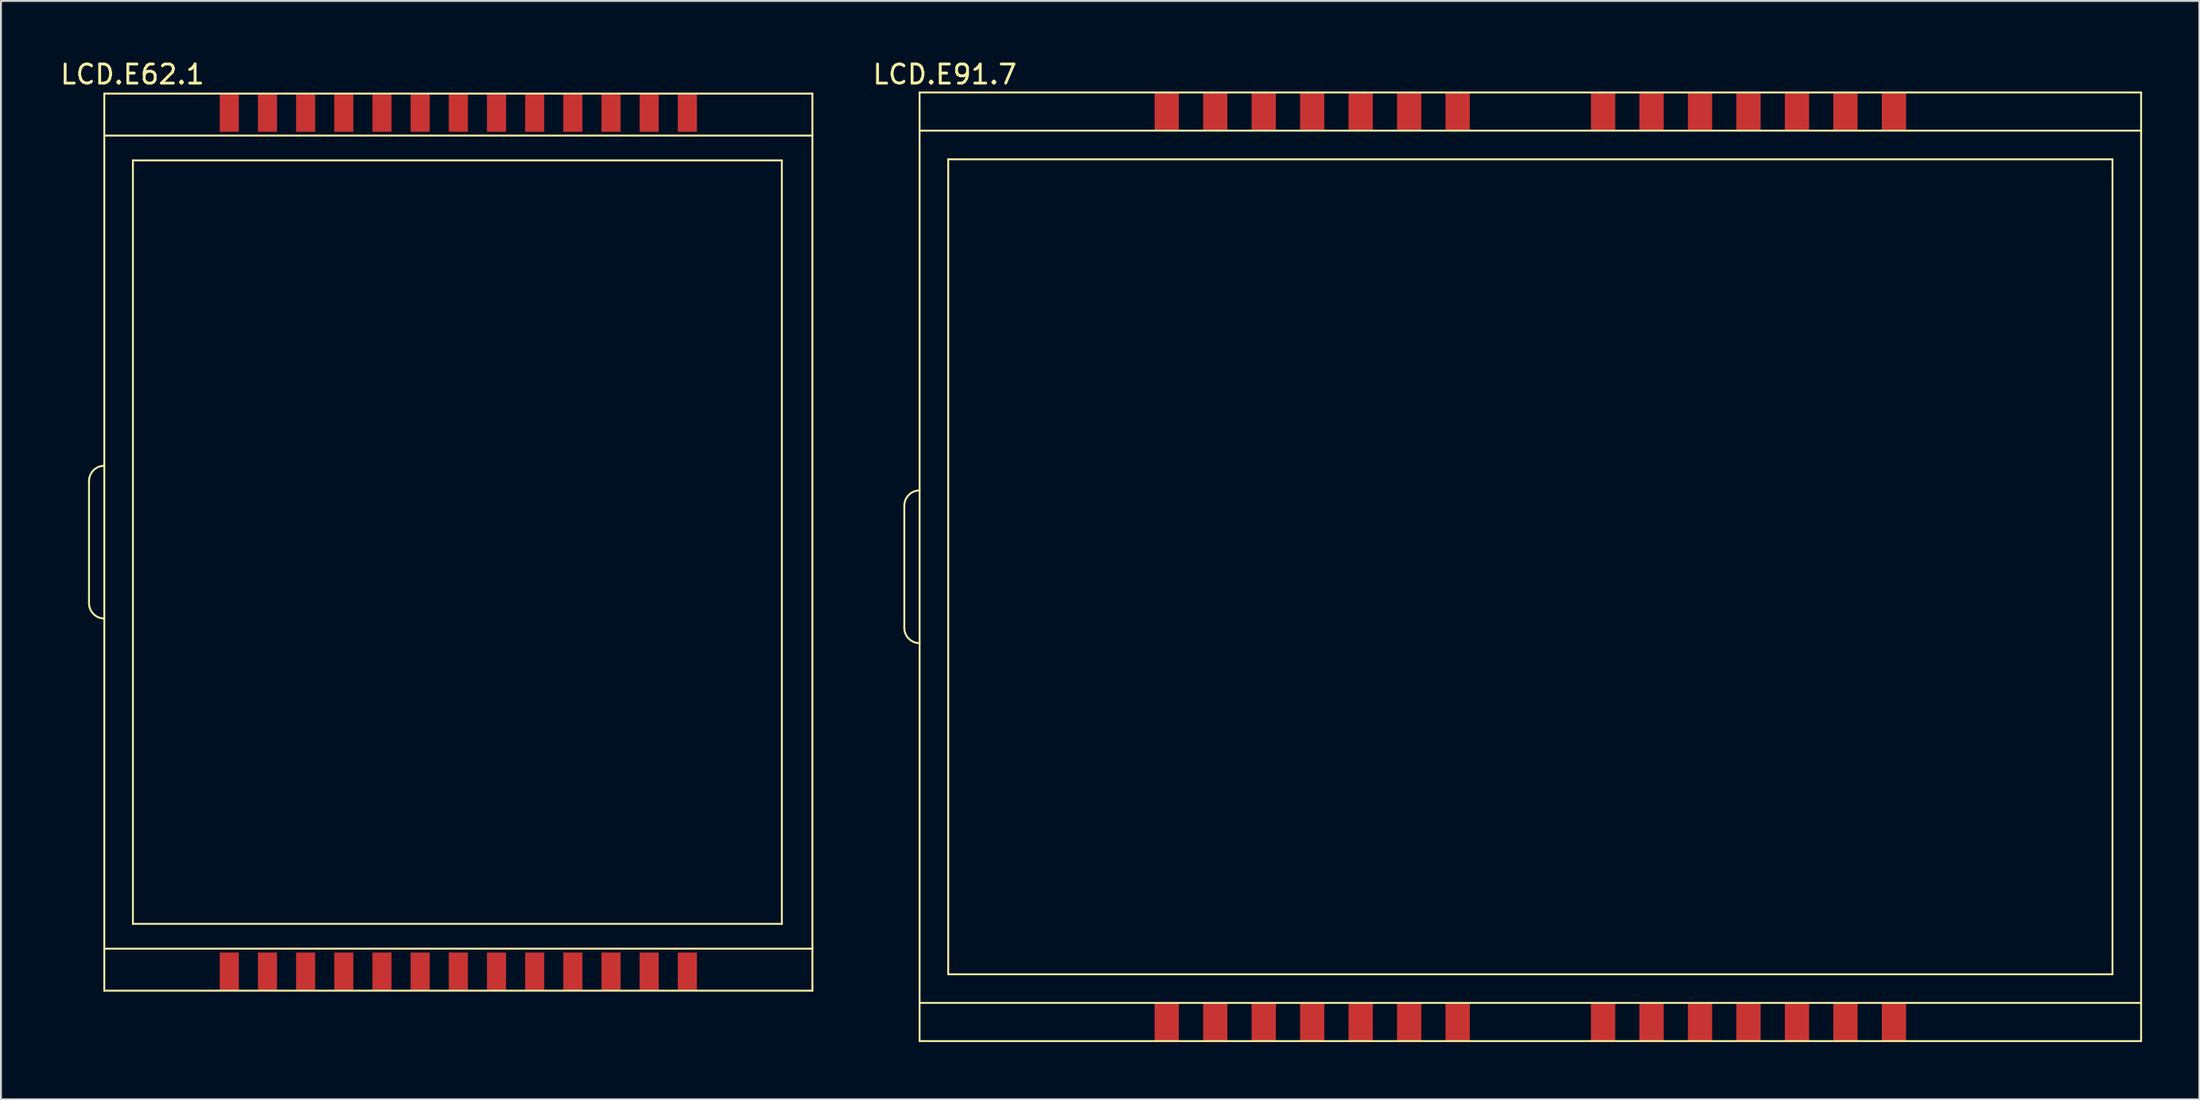
<source format=kicad_pcb>
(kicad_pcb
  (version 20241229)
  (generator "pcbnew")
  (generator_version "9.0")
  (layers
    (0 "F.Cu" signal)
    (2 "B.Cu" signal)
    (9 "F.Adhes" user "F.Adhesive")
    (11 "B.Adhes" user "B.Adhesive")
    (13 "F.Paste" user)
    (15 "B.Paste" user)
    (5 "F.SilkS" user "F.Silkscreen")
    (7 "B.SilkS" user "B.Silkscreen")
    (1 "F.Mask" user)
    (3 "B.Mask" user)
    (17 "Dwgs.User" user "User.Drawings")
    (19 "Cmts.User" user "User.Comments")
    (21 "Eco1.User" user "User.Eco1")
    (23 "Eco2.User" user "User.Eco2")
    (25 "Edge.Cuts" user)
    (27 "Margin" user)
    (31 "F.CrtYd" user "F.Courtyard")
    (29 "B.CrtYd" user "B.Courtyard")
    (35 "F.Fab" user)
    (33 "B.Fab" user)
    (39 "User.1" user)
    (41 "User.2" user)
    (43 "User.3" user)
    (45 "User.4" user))
  (footprint "LCD.E91.7"
    (layer "F.Cu")
    (at 75.229 26.223)
    (property "Reference" "LCD.E91.7" (at -28.778 -25.375 0) (layer "F.SilkS") (effects (font (size 1 1) (thickness 0.15))))
    (attr through_hole)
    (fp_line (start -30.899 3.623) (end -30.899 -2.777) (stroke (width 0.1) (type solid)) (layer "F.SilkS"))
    (fp_line (start -30.099 -24.427) (end 33.901 -24.427) (stroke (width 0.1) (type solid)) (layer "F.SilkS"))
    (fp_line (start -30.099 -22.427) (end 33.901 -22.427) (stroke (width 0.1) (type solid)) (layer "F.SilkS"))
    (fp_line (start -30.099 23.273) (end 33.901 23.273) (stroke (width 0.1) (type solid)) (layer "F.SilkS"))
    (fp_line (start -30.099 25.273) (end -30.099 -24.427) (stroke (width 0.1) (type solid)) (layer "F.SilkS"))
    (fp_line (start -30.099 25.273) (end 33.901 25.273) (stroke (width 0.1) (type solid)) (layer "F.SilkS"))
    (fp_line (start -28.599 -20.927) (end 32.401 -20.927) (stroke (width 0.1) (type solid)) (layer "F.SilkS"))
    (fp_line (start -28.599 21.773) (end -28.599 -20.927) (stroke (width 0.1) (type solid)) (layer "F.SilkS"))
    (fp_line (start -28.599 21.773) (end 32.401 21.773) (stroke (width 0.1) (type solid)) (layer "F.SilkS"))
    (fp_line (start 32.401 21.773) (end 32.401 -20.927) (stroke (width 0.1) (type solid)) (layer "F.SilkS"))
    (fp_line (start 33.901 25.273) (end 33.901 -24.427) (stroke (width 0.1) (type solid)) (layer "F.SilkS"))
    (fp_arc (start -30.899 -2.777) (mid -30.664685 -3.342685) (end -30.099 -3.577) (stroke (width 0.1) (type solid)) (layer "F.SilkS"))
    (fp_arc (start -30.099 4.423) (mid -30.664685 4.188685) (end -30.899 3.623) (stroke (width 0.1) (type solid)) (layer "F.SilkS"))
    (pad "1" smd rect (at -17.149 24.273) (size 1.27 2) (layers "F.Cu" "F.Mask" "F.Paste"))
    (pad "2" smd rect (at -14.609 24.273) (size 1.27 2) (layers "F.Cu" "F.Mask" "F.Paste"))
    (pad "3" smd rect (at -12.069 24.273) (size 1.27 2) (layers "F.Cu" "F.Mask" "F.Paste"))
    (pad "4" smd rect (at -9.529 24.273) (size 1.27 2) (layers "F.Cu" "F.Mask" "F.Paste"))
    (pad "5" smd rect (at -6.989 24.273) (size 1.27 2) (layers "F.Cu" "F.Mask" "F.Paste"))
    (pad "6" smd rect (at -4.449 24.273) (size 1.27 2) (layers "F.Cu" "F.Mask" "F.Paste"))
    (pad "7" smd rect (at -1.909 24.273) (size 1.27 2) (layers "F.Cu" "F.Mask" "F.Paste"))
    (pad "8" smd rect (at 5.711 24.273) (size 1.27 2) (layers "F.Cu" "F.Mask" "F.Paste"))
    (pad "9" smd rect (at 8.251 24.273) (size 1.27 2) (layers "F.Cu" "F.Mask" "F.Paste"))
    (pad "10" smd rect (at 10.791 24.273) (size 1.27 2) (layers "F.Cu" "F.Mask" "F.Paste"))
    (pad "11" smd rect (at 13.331 24.273) (size 1.27 2) (layers "F.Cu" "F.Mask" "F.Paste"))
    (pad "12" smd rect (at 15.871 24.273) (size 1.27 2) (layers "F.Cu" "F.Mask" "F.Paste"))
    (pad "13" smd rect (at 18.411 24.273) (size 1.27 2) (layers "F.Cu" "F.Mask" "F.Paste"))
    (pad "14" smd rect (at 20.951 24.273) (size 1.27 2) (layers "F.Cu" "F.Mask" "F.Paste"))
    (pad "15" smd rect (at 20.951 -23.427) (size 1.27 2) (layers "F.Cu" "F.Mask" "F.Paste"))
    (pad "16" smd rect (at 18.411 -23.427) (size 1.27 2) (layers "F.Cu" "F.Mask" "F.Paste"))
    (pad "17" smd rect (at 15.871 -23.427) (size 1.27 2) (layers "F.Cu" "F.Mask" "F.Paste"))
    (pad "18" smd rect (at 13.331 -23.427) (size 1.27 2) (layers "F.Cu" "F.Mask" "F.Paste"))
    (pad "19" smd rect (at 10.791 -23.427) (size 1.27 2) (layers "F.Cu" "F.Mask" "F.Paste"))
    (pad "20" smd rect (at 8.251 -23.427) (size 1.27 2) (layers "F.Cu" "F.Mask" "F.Paste"))
    (pad "21" smd rect (at 5.711 -23.427) (size 1.27 2) (layers "F.Cu" "F.Mask" "F.Paste"))
    (pad "22" smd rect (at -1.909 -23.427) (size 1.27 2) (layers "F.Cu" "F.Mask" "F.Paste"))
    (pad "23" smd rect (at -4.449 -23.427) (size 1.27 2) (layers "F.Cu" "F.Mask" "F.Paste"))
    (pad "24" smd rect (at -6.989 -23.427) (size 1.27 2) (layers "F.Cu" "F.Mask" "F.Paste"))
    (pad "25" smd rect (at -9.529 -23.427) (size 1.27 2) (layers "F.Cu" "F.Mask" "F.Paste"))
    (pad "26" smd rect (at -12.069 -23.427) (size 1.27 2) (layers "F.Cu" "F.Mask" "F.Paste"))
    (pad "27" smd rect (at -14.609 -23.427) (size 1.27 2) (layers "F.Cu" "F.Mask" "F.Paste"))
    (pad "28" smd rect (at -17.149 -23.427) (size 1.27 2) (layers "F.Cu" "F.Mask" "F.Paste")))
  (footprint "LCD.E62.1"
    (layer "F.Cu")
    (at 19.94 25.232)
    (property "Reference" "LCD.E62.1" (at -16.053 -24.384 0) (layer "F.SilkS") (effects (font (size 1 1) (thickness 0.15))))
    (attr through_hole)
    (fp_line (start -18.326 3.322) (end -18.326 -3.078) (stroke (width 0.1) (type solid)) (layer "F.SilkS"))
    (fp_line (start -17.526 -23.378) (end 19.574 -23.378) (stroke (width 0.1) (type solid)) (layer "F.SilkS"))
    (fp_line (start -17.526 -21.178) (end 19.574 -21.178) (stroke (width 0.1) (type solid)) (layer "F.SilkS"))
    (fp_line (start -17.526 21.422) (end 19.574 21.422) (stroke (width 0.1) (type solid)) (layer "F.SilkS"))
    (fp_line (start -17.526 23.622) (end -17.526 -23.378) (stroke (width 0.1) (type solid)) (layer "F.SilkS"))
    (fp_line (start -17.526 23.622) (end 19.574 23.622) (stroke (width 0.1) (type solid)) (layer "F.SilkS"))
    (fp_line (start -16.027 -19.878) (end 17.974 -19.878) (stroke (width 0.1) (type solid)) (layer "F.SilkS"))
    (fp_line (start -16.026 20.122) (end -16.026 -19.878) (stroke (width 0.1) (type solid)) (layer "F.SilkS"))
    (fp_line (start -16.026 20.122) (end 17.974 20.122) (stroke (width 0.1) (type solid)) (layer "F.SilkS"))
    (fp_line (start 17.974 20.122) (end 17.974 -19.878) (stroke (width 0.1) (type solid)) (layer "F.SilkS"))
    (fp_line (start 19.574 23.622) (end 19.574 -23.378) (stroke (width 0.1) (type solid)) (layer "F.SilkS"))
    (fp_arc (start -18.326 -3.078) (mid -18.091685 -3.643685) (end -17.526 -3.878) (stroke (width 0.1) (type solid)) (layer "F.SilkS"))
    (fp_arc (start -17.526 4.122) (mid -18.091685 3.887685) (end -18.326 3.322) (stroke (width 0.1) (type solid)) (layer "F.SilkS"))
    (pad "1" smd rect (at -10.976 22.622) (size 1 2) (layers "F.Cu" "F.Mask" "F.Paste"))
    (pad "2" smd rect (at -8.976 22.622) (size 1 2) (layers "F.Cu" "F.Mask" "F.Paste"))
    (pad "3" smd rect (at -6.976 22.622) (size 1 2) (layers "F.Cu" "F.Mask" "F.Paste"))
    (pad "4" smd rect (at -4.976 22.622) (size 1 2) (layers "F.Cu" "F.Mask" "F.Paste"))
    (pad "5" smd rect (at -2.976 22.622) (size 1 2) (layers "F.Cu" "F.Mask" "F.Paste"))
    (pad "6" smd rect (at -0.976 22.622) (size 1 2) (layers "F.Cu" "F.Mask" "F.Paste"))
    (pad "7" smd rect (at 1.024 22.622) (size 1 2) (layers "F.Cu" "F.Mask" "F.Paste"))
    (pad "8" smd rect (at 3.024 22.622) (size 1 2) (layers "F.Cu" "F.Mask" "F.Paste"))
    (pad "9" smd rect (at 5.024 22.622) (size 1 2) (layers "F.Cu" "F.Mask" "F.Paste"))
    (pad "10" smd rect (at 7.024 22.622) (size 1 2) (layers "F.Cu" "F.Mask" "F.Paste"))
    (pad "11" smd rect (at 9.024 22.622) (size 1 2) (layers "F.Cu" "F.Mask" "F.Paste"))
    (pad "12" smd rect (at 11.024 22.622) (size 1 2) (layers "F.Cu" "F.Mask" "F.Paste"))
    (pad "13" smd rect (at 13.024 22.622) (size 1 2) (layers "F.Cu" "F.Mask" "F.Paste"))
    (pad "14" smd rect (at 13.024 -22.378) (size 1 2) (layers "F.Cu" "F.Mask" "F.Paste"))
    (pad "15" smd rect (at 11.024 -22.378) (size 1 2) (layers "F.Cu" "F.Mask" "F.Paste"))
    (pad "16" smd rect (at 9.024 -22.378) (size 1 2) (layers "F.Cu" "F.Mask" "F.Paste"))
    (pad "17" smd rect (at 7.024 -22.378) (size 1 2) (layers "F.Cu" "F.Mask" "F.Paste"))
    (pad "18" smd rect (at 5.024 -22.378) (size 1 2) (layers "F.Cu" "F.Mask" "F.Paste"))
    (pad "19" smd rect (at 3.024 -22.378) (size 1 2) (layers "F.Cu" "F.Mask" "F.Paste"))
    (pad "20" smd rect (at 1.024 -22.378) (size 1 2) (layers "F.Cu" "F.Mask" "F.Paste"))
    (pad "21" smd rect (at -0.976 -22.378) (size 1 2) (layers "F.Cu" "F.Mask" "F.Paste"))
    (pad "22" smd rect (at -2.976 -22.378) (size 1 2) (layers "F.Cu" "F.Mask" "F.Paste"))
    (pad "23" smd rect (at -4.976 -22.378) (size 1 2) (layers "F.Cu" "F.Mask" "F.Paste"))
    (pad "24" smd rect (at -6.976 -22.378) (size 1 2) (layers "F.Cu" "F.Mask" "F.Paste"))
    (pad "25" smd rect (at -8.976 -22.378) (size 1 2) (layers "F.Cu" "F.Mask" "F.Paste"))
    (pad "26" smd rect (at -10.976 -22.378) (size 1 2) (layers "F.Cu" "F.Mask" "F.Paste")))
  (gr_rect
    (start -3 -3)
    (end 112.18 54.546)
    (stroke (width 0.1) (type default))
    (fill no)
    (layer "Edge.Cuts")))
</source>
